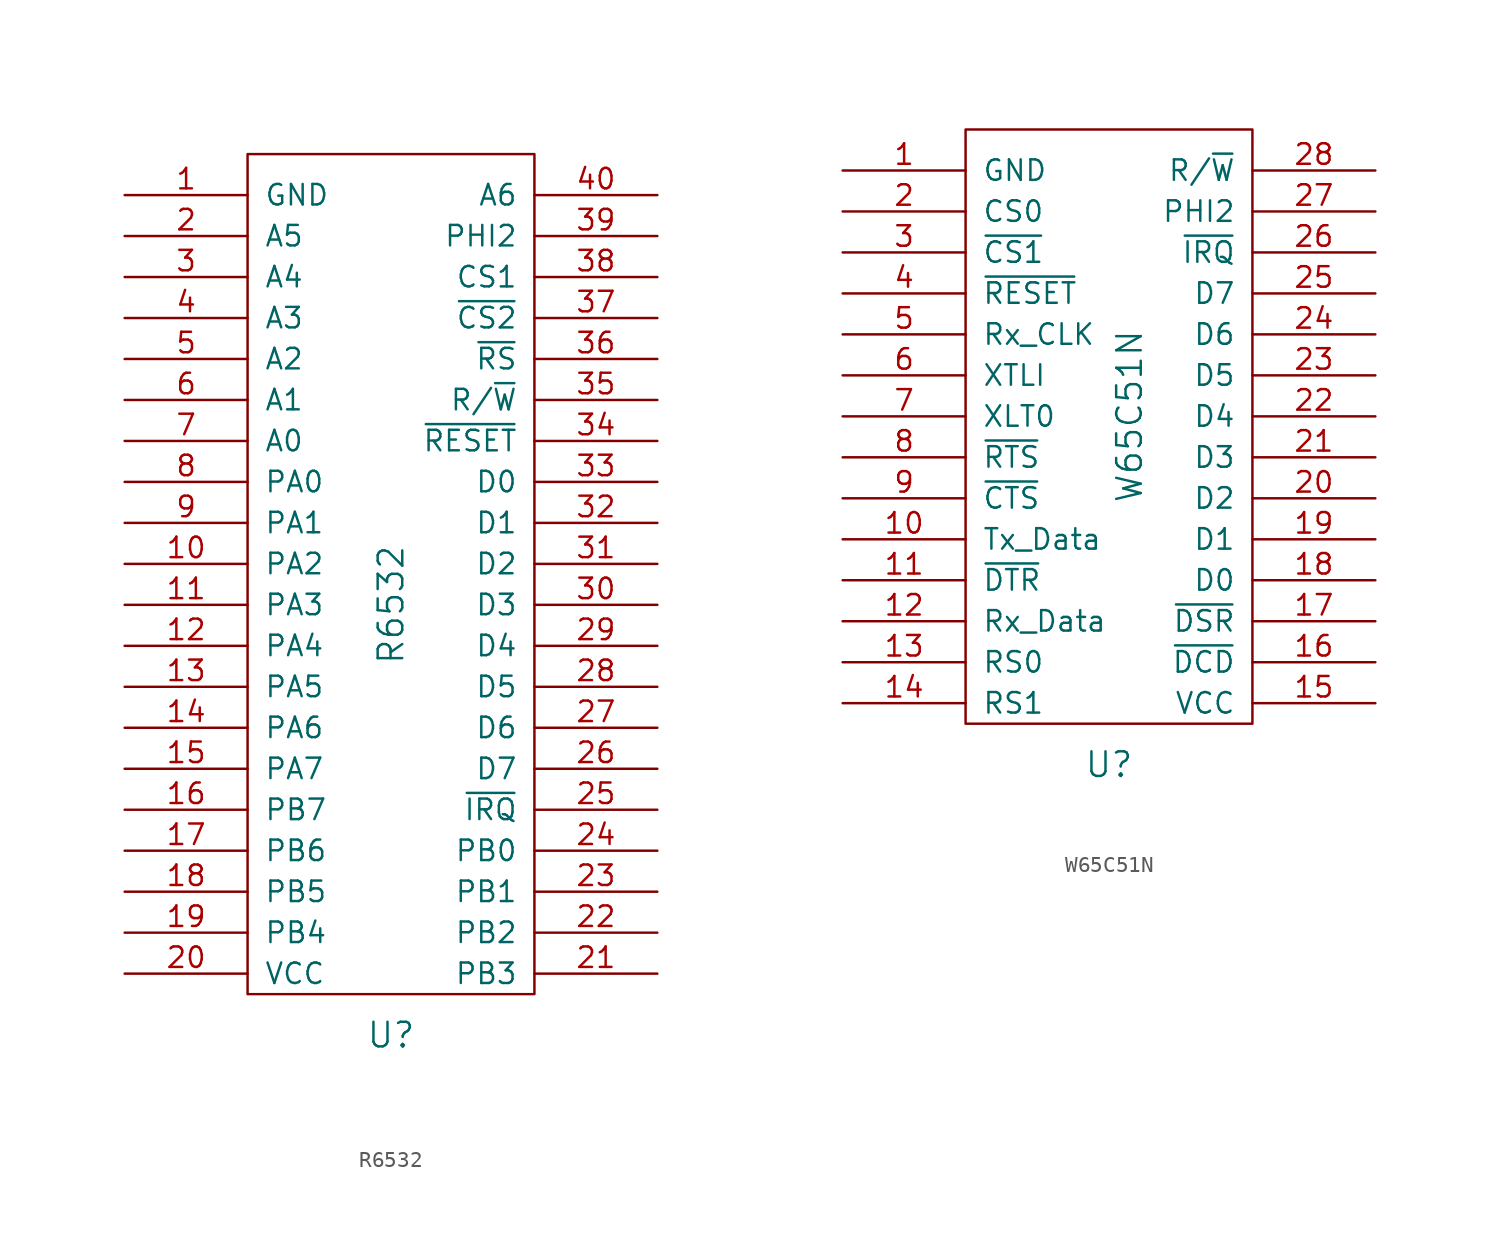
<source format=kicad_sym>
(kicad_symbol_lib
  (version 20220914)
  (generator kicad_symbol_editor)
  (symbol "R6532"
    (pin_names
      (offset 1.016))
    (property "Reference" "U"
      (at 0 -29.21 0)
      (effects (font (size 1.524 1.524))))
    (property "Value" "R6532"
      (at 0 -2.54 90)
      (effects (font (size 1.524 1.524))))
    (property "Footprint" ""
      (at -12.7 5.08 0)
      (effects (font (size 1.524 1.524))))
    (property "Datasheet" ""
      (at -12.7 5.08 0)
      (effects (font (size 1.524 1.524))))
    (symbol "R6532_0_1"
      (rectangle (start -8.89 25.4) (end 8.89 -26.67) (stroke (width 0) (type solid)) (fill (type none))))
    (symbol "R6532_1_1"
      (pin power_in line (at -16.51 22.86 0) (length 7.62) (name "GND" (effects (font (size 1.27 1.27)))) (number "1" (effects (font (size 1.27 1.27)))))
      (pin bidirectional line (at -16.51 0 0) (length 7.62) (name "PA2" (effects (font (size 1.27 1.27)))) (number "10" (effects (font (size 1.27 1.27)))))
      (pin bidirectional line (at -16.51 -2.54 0) (length 7.62) (name "PA3" (effects (font (size 1.27 1.27)))) (number "11" (effects (font (size 1.27 1.27)))))
      (pin bidirectional line (at -16.51 -5.08 0) (length 7.62) (name "PA4" (effects (font (size 1.27 1.27)))) (number "12" (effects (font (size 1.27 1.27)))))
      (pin bidirectional line (at -16.51 -7.62 0) (length 7.62) (name "PA5" (effects (font (size 1.27 1.27)))) (number "13" (effects (font (size 1.27 1.27)))))
      (pin bidirectional line (at -16.51 -10.16 0) (length 7.62) (name "PA6" (effects (font (size 1.27 1.27)))) (number "14" (effects (font (size 1.27 1.27)))))
      (pin bidirectional line (at -16.51 -12.7 0) (length 7.62) (name "PA7" (effects (font (size 1.27 1.27)))) (number "15" (effects (font (size 1.27 1.27)))))
      (pin bidirectional line (at -16.51 -15.24 0) (length 7.62) (name "PB7" (effects (font (size 1.27 1.27)))) (number "16" (effects (font (size 1.27 1.27)))))
      (pin bidirectional line (at -16.51 -17.78 0) (length 7.62) (name "PB6" (effects (font (size 1.27 1.27)))) (number "17" (effects (font (size 1.27 1.27)))))
      (pin bidirectional line (at -16.51 -20.32 0) (length 7.62) (name "PB5" (effects (font (size 1.27 1.27)))) (number "18" (effects (font (size 1.27 1.27)))))
      (pin bidirectional line (at -16.51 -22.86 0) (length 7.62) (name "PB4" (effects (font (size 1.27 1.27)))) (number "19" (effects (font (size 1.27 1.27)))))
      (pin input line (at -16.51 20.32 0) (length 7.62) (name "A5" (effects (font (size 1.27 1.27)))) (number "2" (effects (font (size 1.27 1.27)))))
      (pin power_in line (at -16.51 -25.4 0) (length 7.62) (name "VCC" (effects (font (size 1.27 1.27)))) (number "20" (effects (font (size 1.27 1.27)))))
      (pin bidirectional line (at 16.51 -25.4 180) (length 7.62) (name "PB3" (effects (font (size 1.27 1.27)))) (number "21" (effects (font (size 1.27 1.27)))))
      (pin bidirectional line (at 16.51 -22.86 180) (length 7.62) (name "PB2" (effects (font (size 1.27 1.27)))) (number "22" (effects (font (size 1.27 1.27)))))
      (pin bidirectional line (at 16.51 -20.32 180) (length 7.62) (name "PB1" (effects (font (size 1.27 1.27)))) (number "23" (effects (font (size 1.27 1.27)))))
      (pin bidirectional line (at 16.51 -17.78 180) (length 7.62) (name "PB0" (effects (font (size 1.27 1.27)))) (number "24" (effects (font (size 1.27 1.27)))))
      (pin output line (at 16.51 -15.24 180) (length 7.62) (name "~{IRQ}" (effects (font (size 1.27 1.27)))) (number "25" (effects (font (size 1.27 1.27)))))
      (pin tri_state line (at 16.51 -12.7 180) (length 7.62) (name "D7" (effects (font (size 1.27 1.27)))) (number "26" (effects (font (size 1.27 1.27)))))
      (pin tri_state line (at 16.51 -10.16 180) (length 7.62) (name "D6" (effects (font (size 1.27 1.27)))) (number "27" (effects (font (size 1.27 1.27)))))
      (pin tri_state line (at 16.51 -7.62 180) (length 7.62) (name "D5" (effects (font (size 1.27 1.27)))) (number "28" (effects (font (size 1.27 1.27)))))
      (pin tri_state line (at 16.51 -5.08 180) (length 7.62) (name "D4" (effects (font (size 1.27 1.27)))) (number "29" (effects (font (size 1.27 1.27)))))
      (pin input line (at -16.51 17.78 0) (length 7.62) (name "A4" (effects (font (size 1.27 1.27)))) (number "3" (effects (font (size 1.27 1.27)))))
      (pin tri_state line (at 16.51 -2.54 180) (length 7.62) (name "D3" (effects (font (size 1.27 1.27)))) (number "30" (effects (font (size 1.27 1.27)))))
      (pin tri_state line (at 16.51 0 180) (length 7.62) (name "D2" (effects (font (size 1.27 1.27)))) (number "31" (effects (font (size 1.27 1.27)))))
      (pin tri_state line (at 16.51 2.54 180) (length 7.62) (name "D1" (effects (font (size 1.27 1.27)))) (number "32" (effects (font (size 1.27 1.27)))))
      (pin tri_state line (at 16.51 5.08 180) (length 7.62) (name "D0" (effects (font (size 1.27 1.27)))) (number "33" (effects (font (size 1.27 1.27)))))
      (pin input line (at 16.51 7.62 180) (length 7.62) (name "~{RESET}" (effects (font (size 1.27 1.27)))) (number "34" (effects (font (size 1.27 1.27)))))
      (pin input line (at 16.51 10.16 180) (length 7.62) (name "R/~{W}" (effects (font (size 1.27 1.27)))) (number "35" (effects (font (size 1.27 1.27)))))
      (pin input line (at 16.51 12.7 180) (length 7.62) (name "~{RS}" (effects (font (size 1.27 1.27)))) (number "36" (effects (font (size 1.27 1.27)))))
      (pin input line (at 16.51 15.24 180) (length 7.62) (name "~{CS2}" (effects (font (size 1.27 1.27)))) (number "37" (effects (font (size 1.27 1.27)))))
      (pin input line (at 16.51 17.78 180) (length 7.62) (name "CS1" (effects (font (size 1.27 1.27)))) (number "38" (effects (font (size 1.27 1.27)))))
      (pin input line (at 16.51 20.32 180) (length 7.62) (name "PHI2" (effects (font (size 1.27 1.27)))) (number "39" (effects (font (size 1.27 1.27)))))
      (pin input line (at -16.51 15.24 0) (length 7.62) (name "A3" (effects (font (size 1.27 1.27)))) (number "4" (effects (font (size 1.27 1.27)))))
      (pin input line (at 16.51 22.86 180) (length 7.62) (name "A6" (effects (font (size 1.27 1.27)))) (number "40" (effects (font (size 1.27 1.27)))))
      (pin input line (at -16.51 12.7 0) (length 7.62) (name "A2" (effects (font (size 1.27 1.27)))) (number "5" (effects (font (size 1.27 1.27)))))
      (pin input line (at -16.51 10.16 0) (length 7.62) (name "A1" (effects (font (size 1.27 1.27)))) (number "6" (effects (font (size 1.27 1.27)))))
      (pin input line (at -16.51 7.62 0) (length 7.62) (name "A0" (effects (font (size 1.27 1.27)))) (number "7" (effects (font (size 1.27 1.27)))))
      (pin bidirectional line (at -16.51 5.08 0) (length 7.62) (name "PA0" (effects (font (size 1.27 1.27)))) (number "8" (effects (font (size 1.27 1.27)))))
      (pin bidirectional line (at -16.51 2.54 0) (length 7.62) (name "PA1" (effects (font (size 1.27 1.27)))) (number "9" (effects (font (size 1.27 1.27)))))))
  (symbol "W65C51N"
    (pin_names
      (offset 1.016))
    (property "Reference" "U"
      (at 0 -21.59 0)
      (effects (font (size 1.524 1.524))))
    (property "Value" "W65C51N"
      (at 1.27 0 90)
      (effects (font (size 1.524 1.524))))
    (property "Footprint" ""
      (at 0 -5.08 0)
      (effects (font (size 1.524 1.524))))
    (property "Datasheet" ""
      (at 0 -5.08 0)
      (effects (font (size 1.524 1.524))))
    (symbol "W65C51N_0_1"
      (rectangle (start -8.89 17.78) (end 8.89 -19.05) (stroke (width 0) (type solid)) (fill (type none))))
    (symbol "W65C51N_1_1"
      (pin power_in line (at -16.51 15.24 0) (length 7.62) (name "GND" (effects (font (size 1.27 1.27)))) (number "1" (effects (font (size 1.27 1.27)))))
      (pin input line (at -16.51 -7.62 0) (length 7.62) (name "Tx_Data" (effects (font (size 1.27 1.27)))) (number "10" (effects (font (size 1.27 1.27)))))
      (pin input line (at -16.51 -10.16 0) (length 7.62) (name "~{DTR}" (effects (font (size 1.27 1.27)))) (number "11" (effects (font (size 1.27 1.27)))))
      (pin input line (at -16.51 -12.7 0) (length 7.62) (name "Rx_Data" (effects (font (size 1.27 1.27)))) (number "12" (effects (font (size 1.27 1.27)))))
      (pin input line (at -16.51 -15.24 0) (length 7.62) (name "RS0" (effects (font (size 1.27 1.27)))) (number "13" (effects (font (size 1.27 1.27)))))
      (pin input line (at -16.51 -17.78 0) (length 7.62) (name "RS1" (effects (font (size 1.27 1.27)))) (number "14" (effects (font (size 1.27 1.27)))))
      (pin power_in line (at 16.51 -17.78 180) (length 7.62) (name "VCC" (effects (font (size 1.27 1.27)))) (number "15" (effects (font (size 1.27 1.27)))))
      (pin input line (at 16.51 -15.24 180) (length 7.62) (name "~{DCD}" (effects (font (size 1.27 1.27)))) (number "16" (effects (font (size 1.27 1.27)))))
      (pin input line (at 16.51 -12.7 180) (length 7.62) (name "~{DSR}" (effects (font (size 1.27 1.27)))) (number "17" (effects (font (size 1.27 1.27)))))
      (pin bidirectional line (at 16.51 -10.16 180) (length 7.62) (name "D0" (effects (font (size 1.27 1.27)))) (number "18" (effects (font (size 1.27 1.27)))))
      (pin bidirectional line (at 16.51 -7.62 180) (length 7.62) (name "D1" (effects (font (size 1.27 1.27)))) (number "19" (effects (font (size 1.27 1.27)))))
      (pin input line (at -16.51 12.7 0) (length 7.62) (name "CS0" (effects (font (size 1.27 1.27)))) (number "2" (effects (font (size 1.27 1.27)))))
      (pin bidirectional line (at 16.51 -5.08 180) (length 7.62) (name "D2" (effects (font (size 1.27 1.27)))) (number "20" (effects (font (size 1.27 1.27)))))
      (pin bidirectional line (at 16.51 -2.54 180) (length 7.62) (name "D3" (effects (font (size 1.27 1.27)))) (number "21" (effects (font (size 1.27 1.27)))))
      (pin bidirectional line (at 16.51 0 180) (length 7.62) (name "D4" (effects (font (size 1.27 1.27)))) (number "22" (effects (font (size 1.27 1.27)))))
      (pin bidirectional line (at 16.51 2.54 180) (length 7.62) (name "D5" (effects (font (size 1.27 1.27)))) (number "23" (effects (font (size 1.27 1.27)))))
      (pin bidirectional line (at 16.51 5.08 180) (length 7.62) (name "D6" (effects (font (size 1.27 1.27)))) (number "24" (effects (font (size 1.27 1.27)))))
      (pin bidirectional line (at 16.51 7.62 180) (length 7.62) (name "D7" (effects (font (size 1.27 1.27)))) (number "25" (effects (font (size 1.27 1.27)))))
      (pin output line (at 16.51 10.16 180) (length 7.62) (name "~{IRQ}" (effects (font (size 1.27 1.27)))) (number "26" (effects (font (size 1.27 1.27)))))
      (pin input line (at 16.51 12.7 180) (length 7.62) (name "PHI2" (effects (font (size 1.27 1.27)))) (number "27" (effects (font (size 1.27 1.27)))))
      (pin input line (at 16.51 15.24 180) (length 7.62) (name "R/~{W}" (effects (font (size 1.27 1.27)))) (number "28" (effects (font (size 1.27 1.27)))))
      (pin input line (at -16.51 10.16 0) (length 7.62) (name "~{CS1}" (effects (font (size 1.27 1.27)))) (number "3" (effects (font (size 1.27 1.27)))))
      (pin input line (at -16.51 7.62 0) (length 7.62) (name "~{RESET}" (effects (font (size 1.27 1.27)))) (number "4" (effects (font (size 1.27 1.27)))))
      (pin input line (at -16.51 5.08 0) (length 7.62) (name "Rx_CLK" (effects (font (size 1.27 1.27)))) (number "5" (effects (font (size 1.27 1.27)))))
      (pin input line (at -16.51 2.54 0) (length 7.62) (name "XTLI" (effects (font (size 1.27 1.27)))) (number "6" (effects (font (size 1.27 1.27)))))
      (pin input line (at -16.51 0 0) (length 7.62) (name "XLT0" (effects (font (size 1.27 1.27)))) (number "7" (effects (font (size 1.27 1.27)))))
      (pin input line (at -16.51 -2.54 0) (length 7.62) (name "~{RTS}" (effects (font (size 1.27 1.27)))) (number "8" (effects (font (size 1.27 1.27)))))
      (pin input line (at -16.51 -5.08 0) (length 7.62) (name "~{CTS}" (effects (font (size 1.27 1.27)))) (number "9" (effects (font (size 1.27 1.27))))))))
</source>
